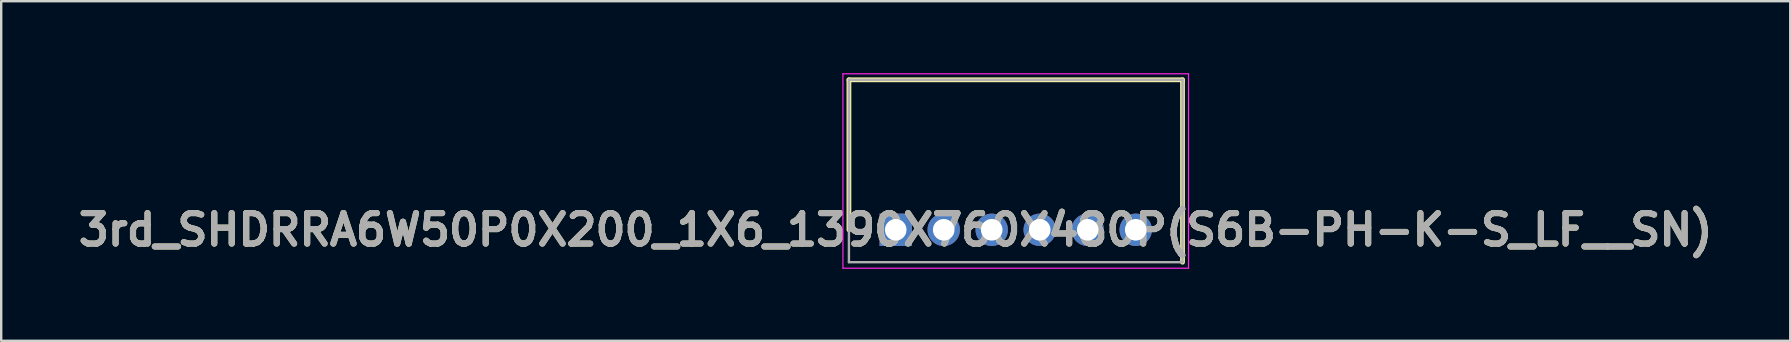
<source format=kicad_pcb>
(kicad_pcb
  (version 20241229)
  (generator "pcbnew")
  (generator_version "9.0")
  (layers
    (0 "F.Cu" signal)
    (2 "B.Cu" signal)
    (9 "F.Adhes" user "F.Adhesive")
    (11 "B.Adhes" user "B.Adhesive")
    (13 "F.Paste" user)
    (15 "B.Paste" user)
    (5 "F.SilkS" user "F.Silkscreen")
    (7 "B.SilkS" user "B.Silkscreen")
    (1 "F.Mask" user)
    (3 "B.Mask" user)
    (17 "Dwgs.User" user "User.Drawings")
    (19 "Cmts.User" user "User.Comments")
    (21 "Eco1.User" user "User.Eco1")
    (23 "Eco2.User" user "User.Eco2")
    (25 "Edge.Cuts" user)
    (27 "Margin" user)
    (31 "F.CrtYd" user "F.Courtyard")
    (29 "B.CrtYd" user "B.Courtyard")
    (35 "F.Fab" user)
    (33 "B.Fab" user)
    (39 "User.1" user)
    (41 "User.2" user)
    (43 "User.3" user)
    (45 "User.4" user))
  (footprint "3rd_SHDRRA6W50P0X200_1X6_1390X760X480P(S6B-PH-K-S_LF__SN)"
    (layer "F.Cu")
    (at 34.272 6.525)
    (property "Reference" "3rd_SHDRRA6W50P0X200_1X6_1390X760X480P(S6B-PH-K-S_LF__SN)" (at 0 0 0) (layer "F.SilkS") (effects (font (size 1.27 1.27) (thickness 0.254))))
    (attr through_hole)
    (fp_line (start -1.95 -6.25) (end 11.95 -6.25) (stroke (width 0.2) (type solid)) (layer "F.SilkS"))
    (fp_line (start -1.95 0) (end -1.95 -6.25) (stroke (width 0.2) (type solid)) (layer "F.SilkS"))
    (fp_line (start 11.95 -6.25) (end 11.95 1.35) (stroke (width 0.2) (type solid)) (layer "F.SilkS"))
    (fp_line (start -2.2 -6.5) (end -2.2 1.6) (stroke (width 0.05) (type solid)) (layer "F.CrtYd"))
    (fp_line (start -2.2 1.6) (end 12.2 1.6) (stroke (width 0.05) (type solid)) (layer "F.CrtYd"))
    (fp_line (start 12.2 -6.5) (end -2.2 -6.5) (stroke (width 0.05) (type solid)) (layer "F.CrtYd"))
    (fp_line (start 12.2 1.6) (end 12.2 -6.5) (stroke (width 0.05) (type solid)) (layer "F.CrtYd"))
    (fp_line (start -1.95 -6.25) (end 11.95 -6.25) (stroke (width 0.1) (type solid)) (layer "F.Fab"))
    (fp_line (start -1.95 1.35) (end -1.95 -6.25) (stroke (width 0.1) (type solid)) (layer "F.Fab"))
    (fp_line (start 11.95 -6.25) (end 11.95 1.35) (stroke (width 0.1) (type solid)) (layer "F.Fab"))
    (fp_line (start 11.95 1.35) (end -1.95 1.35) (stroke (width 0.1) (type solid)) (layer "F.Fab"))
    (fp_text user "${REFERENCE}" (at 0 0 0) (layer "F.Fab") (effects (font (size 1.27 1.27) (thickness 0.254))))
    (pad "1" thru_hole rect (at 0 0) (size 1.35 1.35) (drill 0.9) (layers "*.Cu" "*.Mask"))
    (pad "2" thru_hole circle (at 2 0) (size 1.35 1.35) (drill 0.9) (layers "*.Cu" "*.Mask"))
    (pad "3" thru_hole circle (at 4 0) (size 1.35 1.35) (drill 0.9) (layers "*.Cu" "*.Mask"))
    (pad "4" thru_hole circle (at 6 0) (size 1.35 1.35) (drill 0.9) (layers "*.Cu" "*.Mask"))
    (pad "5" thru_hole circle (at 8 0) (size 1.35 1.35) (drill 0.9) (layers "*.Cu" "*.Mask"))
    (pad "6" thru_hole circle (at 10 0) (size 1.35 1.35) (drill 0.9) (layers "*.Cu" "*.Mask")))
  (gr_rect
    (start -3 -3)
    (end 71.544 11.15)
    (stroke (width 0.1) (type default))
    (fill no)
    (layer "Edge.Cuts")))
</source>
